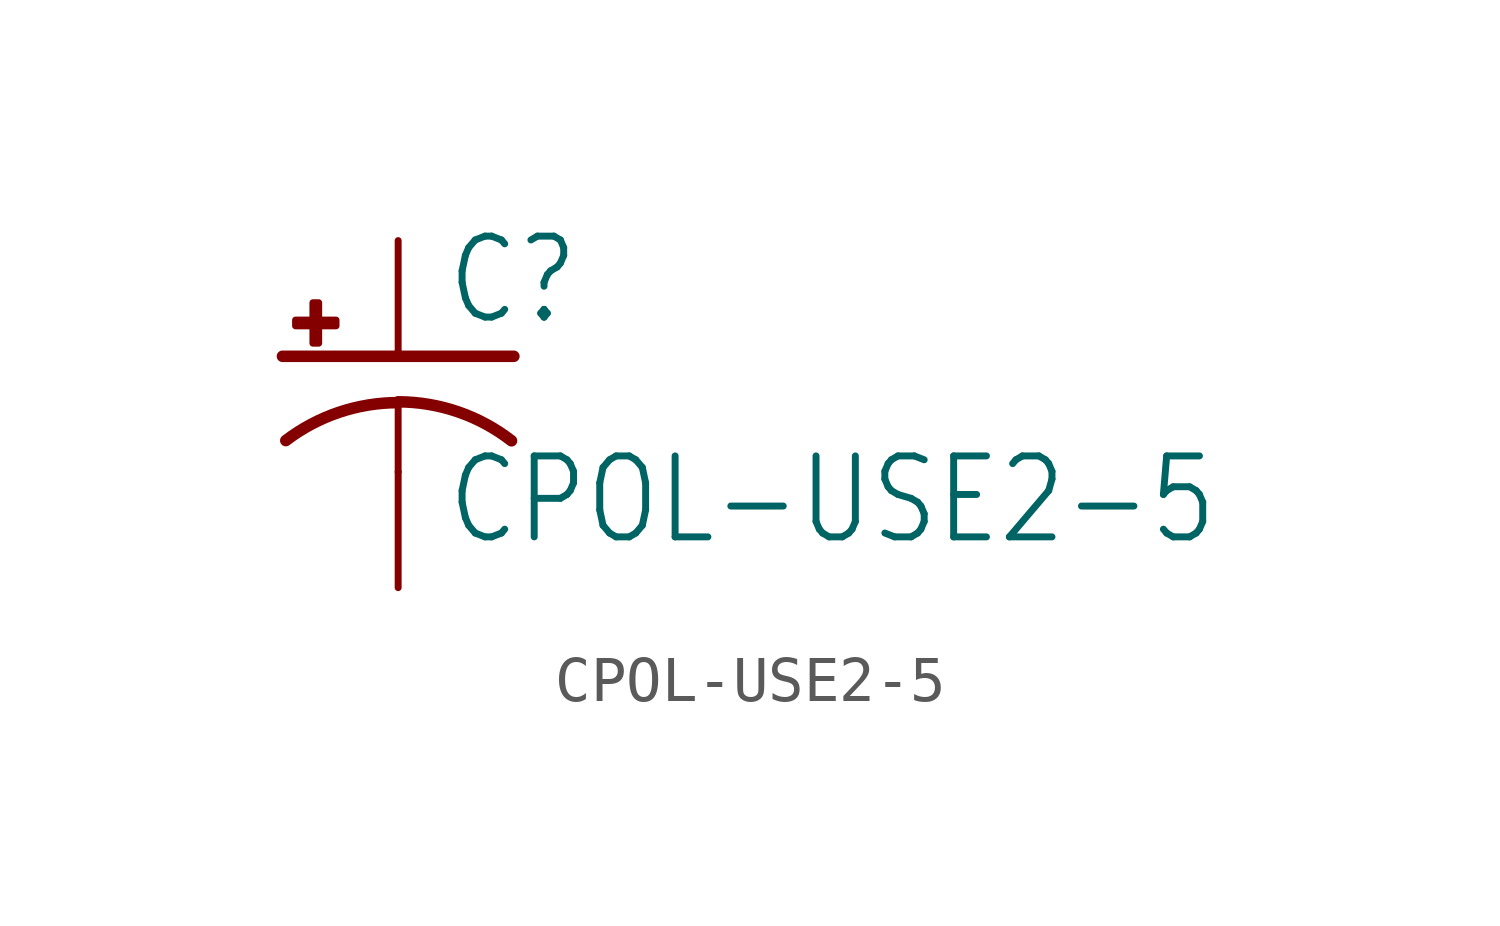
<source format=kicad_sym>
(kicad_symbol_lib
  (version 20220331)
  (generator kicad_symbol_editor)
  (symbol "CPOL-USE2-5"
    (property "Reference" "C"
      (at 1.016 0.635 0)
      (effects (font (size 1.778 1.511)) (justify left bottom)))
    (property "Value" "CPOL-USE2-5"
      (at 1.016 -4.191 0)
      (effects (font (size 1.778 1.511)) (justify left bottom)))
    (property "ki_locked" ""
      (at 0 0 0)
      (effects (font (size 1.27 1.27))))
    (symbol "CPOL-USE2-5_1_0"
      (rectangle (start -2.253 0.668) (end -1.364 0.795) (stroke (width 0) (type default)) (fill (type outline)))
      (rectangle (start -1.872 0.287) (end -1.745 1.176) (stroke (width 0) (type default)) (fill (type outline)))
      (arc (start 0 -1.0161) (mid -1.3021 -1.2302) (end -2.4669 -1.8504) (stroke (width 0.254) (type solid)) (fill (type none)))
      (polyline (pts (xy -2.54 0) (xy 2.54 0)) (stroke (width 0.254) (type solid)) (fill (type none)))
      (polyline (pts (xy 0 -1.016) (xy 0 -2.54)) (stroke (width 0.152) (type solid)) (fill (type none)))
      (arc (start 2.4892 -1.8542) (mid 1.3158 -1.2195) (end 0 -1) (stroke (width 0.254) (type solid)) (fill (type none)))
      (pin passive line (at 0 2.54 270) (length 2.54) (name "+" (effects (font (size 0 0)))) (number "+" (effects (font (size 0 0)))))
      (pin passive line (at 0 -5.08 90) (length 2.54) (name "-" (effects (font (size 0 0)))) (number "-" (effects (font (size 0 0))))))))
</source>
